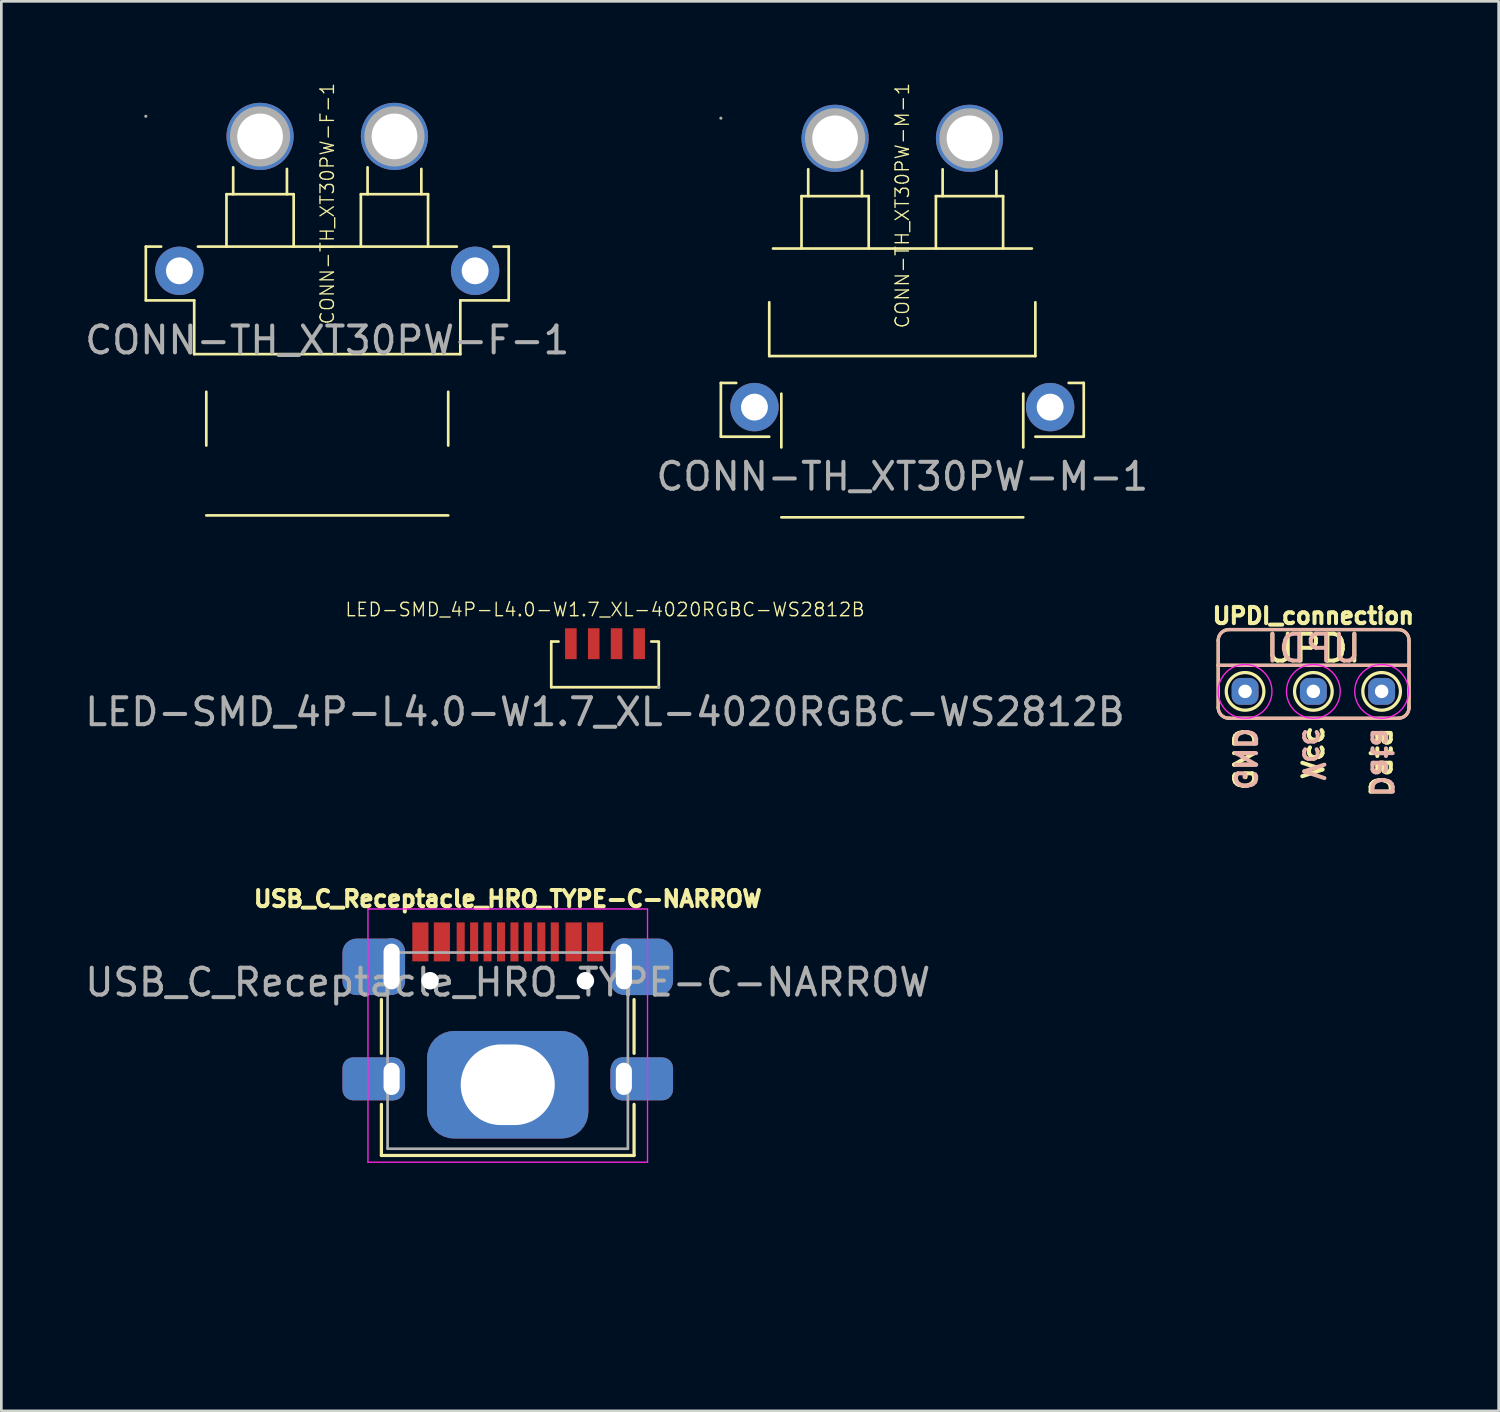
<source format=kicad_pcb>
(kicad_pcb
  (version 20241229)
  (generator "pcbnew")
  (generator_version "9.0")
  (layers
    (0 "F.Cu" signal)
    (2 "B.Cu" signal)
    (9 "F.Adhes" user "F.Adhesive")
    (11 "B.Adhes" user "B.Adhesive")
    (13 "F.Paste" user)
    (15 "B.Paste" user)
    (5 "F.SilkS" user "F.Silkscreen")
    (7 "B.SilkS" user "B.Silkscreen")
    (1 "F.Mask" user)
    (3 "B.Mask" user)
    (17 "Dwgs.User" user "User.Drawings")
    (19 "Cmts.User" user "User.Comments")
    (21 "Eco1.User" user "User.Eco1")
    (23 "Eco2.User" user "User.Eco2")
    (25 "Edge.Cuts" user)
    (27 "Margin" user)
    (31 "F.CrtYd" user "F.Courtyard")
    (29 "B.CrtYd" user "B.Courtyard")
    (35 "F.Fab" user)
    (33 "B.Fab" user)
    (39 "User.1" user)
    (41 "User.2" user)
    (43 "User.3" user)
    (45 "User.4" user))
  (footprint "CONN-TH_XT30PW-M-1"
    (layer "F.Cu")
    (at 30.518 4.596)
    (property "Reference" "CONN-TH_XT30PW-M-1" (at 0 0 90) (layer "F.SilkS") (effects (font (size 0.5 0.5) (thickness 0.05))))
    (attr through_hole)
    (fp_line (start -6.75 6.6) (end -6.75 8.6) (stroke (width 0.1) (type solid)) (layer "F.SilkS"))
    (fp_line (start -6.75 8.6) (end -4.95 8.6) (stroke (width 0.1) (type solid)) (layer "F.SilkS"))
    (fp_line (start -6.18 6.6) (end -6.75 6.6) (stroke (width 0.1) (type solid)) (layer "F.SilkS"))
    (fp_line (start -4.95 5.6) (end -4.95 3.6) (stroke (width 0.1) (type solid)) (layer "F.SilkS"))
    (fp_line (start -4.81 1.6) (end 4.82 1.6) (stroke (width 0.1) (type solid)) (layer "F.SilkS"))
    (fp_line (start -4.5 9) (end -4.5 7) (stroke (width 0.1) (type solid)) (layer "F.SilkS"))
    (fp_line (start -4.5 11.6) (end 4.5 11.6) (stroke (width 0.1) (type solid)) (layer "F.SilkS"))
    (fp_line (start -3.75 -0.35) (end -1.25 -0.35) (stroke (width 0.1) (type solid)) (layer "F.SilkS"))
    (fp_line (start -3.75 1.6) (end -3.75 -0.35) (stroke (width 0.1) (type solid)) (layer "F.SilkS"))
    (fp_line (start -3.5 -0.35) (end -3.5 -1.35) (stroke (width 0.1) (type solid)) (layer "F.SilkS"))
    (fp_line (start -1.5 -0.35) (end -1.5 -1.29) (stroke (width 0.1) (type solid)) (layer "F.SilkS"))
    (fp_line (start -1.25 1.6) (end -1.25 -0.35) (stroke (width 0.1) (type solid)) (layer "F.SilkS"))
    (fp_line (start 1.25 -0.35) (end 3.75 -0.35) (stroke (width 0.1) (type solid)) (layer "F.SilkS"))
    (fp_line (start 1.25 1.6) (end 1.25 -0.35) (stroke (width 0.1) (type solid)) (layer "F.SilkS"))
    (fp_line (start 1.5 -0.35) (end 1.5 -1.35) (stroke (width 0.1) (type solid)) (layer "F.SilkS"))
    (fp_line (start 3.5 -0.35) (end 3.5 -1.29) (stroke (width 0.1) (type solid)) (layer "F.SilkS"))
    (fp_line (start 3.75 1.6) (end 3.75 -0.35) (stroke (width 0.1) (type solid)) (layer "F.SilkS"))
    (fp_line (start 4.5 9) (end 4.5 7) (stroke (width 0.1) (type solid)) (layer "F.SilkS"))
    (fp_line (start 4.95 5.6) (end -4.95 5.6) (stroke (width 0.1) (type solid)) (layer "F.SilkS"))
    (fp_line (start 4.95 5.6) (end 4.95 3.6) (stroke (width 0.1) (type solid)) (layer "F.SilkS"))
    (fp_line (start 6.19 6.6) (end 6.75 6.6) (stroke (width 0.1) (type solid)) (layer "F.SilkS"))
    (fp_line (start 6.75 6.6) (end 6.75 8.6) (stroke (width 0.1) (type solid)) (layer "F.SilkS"))
    (fp_line (start 6.75 8.6) (end 4.95 8.6) (stroke (width 0.1) (type solid)) (layer "F.SilkS"))
    (fp_circle (center -6.75 -3.25) (end -6.72 -3.25) (stroke (width 0.06) (type solid)) (fill no) (layer "F.Fab"))
    (fp_circle (center -5.5 7.5) (end -5.3 7.5) (stroke (width 0.4) (type solid)) (fill no) (layer "F.Fab"))
    (fp_circle (center -2.5 -2.5) (end -2.13 -2.5) (stroke (width 0.75) (type solid)) (fill no) (layer "F.Fab"))
    (fp_circle (center 2.5 -2.5) (end 2.87 -2.5) (stroke (width 0.75) (type solid)) (fill no) (layer "F.Fab"))
    (fp_circle (center 5.5 7.5) (end 5.7 7.5) (stroke (width 0.4) (type solid)) (fill no) (layer "F.Fab"))
    (fp_text user "${REFERENCE}" (at 0 10.08 0) (layer "F.Fab") (effects (font (size 1 1) (thickness 0.15))))
    (pad "1" thru_hole circle (at 2.5 -2.5) (size 2.5 2.5) (drill 1.7) (layers "*.Cu" "*.Mask"))
    (pad "2" thru_hole circle (at -2.5 -2.5) (size 2.5 2.5) (drill 1.7) (layers "*.Cu" "*.Mask"))
    (pad "3" thru_hole circle (at 5.5 7.5) (size 1.8 1.8) (drill 1) (layers "*.Cu" "*.Mask"))
    (pad "4" thru_hole circle (at -5.5 7.5) (size 1.8 1.8) (drill 1) (layers "*.Cu" "*.Mask")))
  (footprint "CONN-TH_XT30PW-F-1"
    (layer "F.Cu")
    (at 9.125 4.525)
    (property "Reference" "CONN-TH_XT30PW-F-1" (at 0 0 90) (layer "F.SilkS") (effects (font (size 0.5 0.5) (thickness 0.05))))
    (attr through_hole)
    (fp_line (start -6.75 1.6) (end -6.75 3.6) (stroke (width 0.1) (type solid)) (layer "F.SilkS"))
    (fp_line (start -6.75 3.6) (end -4.95 3.6) (stroke (width 0.1) (type solid)) (layer "F.SilkS"))
    (fp_line (start -6.18 1.6) (end -6.75 1.6) (stroke (width 0.1) (type solid)) (layer "F.SilkS"))
    (fp_line (start -4.95 5.6) (end -4.95 3.6) (stroke (width 0.1) (type solid)) (layer "F.SilkS"))
    (fp_line (start -4.81 1.6) (end 4.82 1.6) (stroke (width 0.1) (type solid)) (layer "F.SilkS"))
    (fp_line (start -4.5 9) (end -4.5 7) (stroke (width 0.1) (type solid)) (layer "F.SilkS"))
    (fp_line (start -4.5 11.6) (end 4.5 11.6) (stroke (width 0.1) (type solid)) (layer "F.SilkS"))
    (fp_line (start -3.75 -0.35) (end -1.25 -0.35) (stroke (width 0.1) (type solid)) (layer "F.SilkS"))
    (fp_line (start -3.75 1.6) (end -3.75 -0.35) (stroke (width 0.1) (type solid)) (layer "F.SilkS"))
    (fp_line (start -3.5 -0.35) (end -3.5 -1.35) (stroke (width 0.1) (type solid)) (layer "F.SilkS"))
    (fp_line (start -1.5 -0.35) (end -1.5 -1.29) (stroke (width 0.1) (type solid)) (layer "F.SilkS"))
    (fp_line (start -1.25 1.6) (end -1.25 -0.35) (stroke (width 0.1) (type solid)) (layer "F.SilkS"))
    (fp_line (start 1.25 -0.35) (end 3.75 -0.35) (stroke (width 0.1) (type solid)) (layer "F.SilkS"))
    (fp_line (start 1.25 1.6) (end 1.25 -0.35) (stroke (width 0.1) (type solid)) (layer "F.SilkS"))
    (fp_line (start 1.5 -0.35) (end 1.5 -1.35) (stroke (width 0.1) (type solid)) (layer "F.SilkS"))
    (fp_line (start 3.5 -0.35) (end 3.5 -1.29) (stroke (width 0.1) (type solid)) (layer "F.SilkS"))
    (fp_line (start 3.75 1.6) (end 3.75 -0.35) (stroke (width 0.1) (type solid)) (layer "F.SilkS"))
    (fp_line (start 4.5 9) (end 4.5 7) (stroke (width 0.1) (type solid)) (layer "F.SilkS"))
    (fp_line (start 4.95 5.6) (end -4.95 5.6) (stroke (width 0.1) (type solid)) (layer "F.SilkS"))
    (fp_line (start 4.95 5.6) (end 4.95 3.6) (stroke (width 0.1) (type solid)) (layer "F.SilkS"))
    (fp_line (start 6.19 1.6) (end 6.75 1.6) (stroke (width 0.1) (type solid)) (layer "F.SilkS"))
    (fp_line (start 6.75 1.6) (end 6.75 3.6) (stroke (width 0.1) (type solid)) (layer "F.SilkS"))
    (fp_line (start 6.75 3.6) (end 4.95 3.6) (stroke (width 0.1) (type solid)) (layer "F.SilkS"))
    (fp_circle (center -6.75 -3.25) (end -6.72 -3.25) (stroke (width 0.06) (type solid)) (fill no) (layer "F.Fab"))
    (fp_circle (center -5.5 2.5) (end -5.3 2.5) (stroke (width 0.4) (type solid)) (fill no) (layer "F.Fab"))
    (fp_circle (center -2.5 -2.5) (end -2.13 -2.5) (stroke (width 0.75) (type solid)) (fill no) (layer "F.Fab"))
    (fp_circle (center 2.5 -2.5) (end 2.87 -2.5) (stroke (width 0.75) (type solid)) (fill no) (layer "F.Fab"))
    (fp_circle (center 5.5 2.5) (end 5.7 2.5) (stroke (width 0.4) (type solid)) (fill no) (layer "F.Fab"))
    (fp_text user "${REFERENCE}" (at 0 5.08 0) (layer "F.Fab") (effects (font (size 1 1) (thickness 0.15))))
    (pad "1" thru_hole circle (at -2.5 -2.5) (size 2.5 2.5) (drill 1.7) (layers "*.Cu" "*.Mask"))
    (pad "2" thru_hole circle (at 2.5 -2.5) (size 2.5 2.5) (drill 1.7) (layers "*.Cu" "*.Mask"))
    (pad "3" thru_hole circle (at 5.5 2.5) (size 1.8 1.8) (drill 1) (layers "*.Cu" "*.Mask"))
    (pad "4" thru_hole circle (at -5.5 2.5) (size 1.8 1.8) (drill 1) (layers "*.Cu" "*.Mask")))
  (footprint "UPDI_connection"
    (layer "F.Cu")
    (at 45.81 22.671)
    (property "Reference" "UPDI_connection" (at 0 -2.81 0) (unlocked yes) (layer "F.SilkS") (effects (font (size 0.6 0.6) (thickness 0.15))))
    (attr smd)
    (fp_line (start -3.54 -1.9) (end -3.54 -0.97) (stroke (width 0.12) (type solid)) (layer "F.SilkS"))
    (fp_line (start -3.54 -0.97) (end -3.54 0.6) (stroke (width 0.12) (type solid)) (layer "F.SilkS"))
    (fp_line (start -3.14 1) (end 3.16 1) (stroke (width 0.12) (type solid)) (layer "F.SilkS"))
    (fp_line (start 3.16 -2.3) (end -3.14 -2.3) (stroke (width 0.12) (type solid)) (layer "F.SilkS"))
    (fp_line (start 3.56 -0.97) (end -3.54 -0.97) (stroke (width 0.12) (type solid)) (layer "F.SilkS"))
    (fp_line (start 3.56 -0.97) (end 3.56 -1.9) (stroke (width 0.12) (type solid)) (layer "F.SilkS"))
    (fp_line (start 3.56 0.6) (end 3.56 -0.97) (stroke (width 0.12) (type solid)) (layer "F.SilkS"))
    (fp_arc (start -3.54 -1.9) (mid -3.422843 -2.182843) (end -3.14 -2.3) (stroke (width 0.12) (type solid)) (layer "F.SilkS"))
    (fp_arc (start -3.14 1) (mid -3.422843 0.882843) (end -3.54 0.6) (stroke (width 0.12) (type solid)) (layer "F.SilkS"))
    (fp_arc (start 3.16 -2.3) (mid 3.44283 -2.18283) (end 3.56 -1.9) (stroke (width 0.12) (type solid)) (layer "F.SilkS"))
    (fp_arc (start 3.56 0.6) (mid 3.442844 0.882846) (end 3.16 1) (stroke (width 0.12) (type solid)) (layer "F.SilkS"))
    (fp_circle (center -2.54 0) (end -1.84 0) (stroke (width 0.12) (type solid)) (fill no) (layer "F.SilkS"))
    (fp_circle (center 0 0) (end 0.7 0) (stroke (width 0.12) (type solid)) (fill no) (layer "F.SilkS"))
    (fp_circle (center 2.54 0) (end 3.24 0) (stroke (width 0.12) (type solid)) (fill no) (layer "F.SilkS"))
    (fp_line (start -3.54 -1.9) (end -3.54 -0.97) (stroke (width 0.12) (type solid)) (layer "B.SilkS"))
    (fp_line (start -3.54 -0.97) (end -3.54 0.6) (stroke (width 0.12) (type solid)) (layer "B.SilkS"))
    (fp_line (start -3.14 1) (end 3.16 1) (stroke (width 0.12) (type solid)) (layer "B.SilkS"))
    (fp_line (start 3.16 -2.3) (end -3.14 -2.3) (stroke (width 0.12) (type solid)) (layer "B.SilkS"))
    (fp_line (start 3.56 -0.97) (end -3.54 -0.97) (stroke (width 0.12) (type solid)) (layer "B.SilkS"))
    (fp_line (start 3.56 -0.97) (end 3.56 -1.9) (stroke (width 0.12) (type solid)) (layer "B.SilkS"))
    (fp_line (start 3.56 0.6) (end 3.56 -0.97) (stroke (width 0.12) (type solid)) (layer "B.SilkS"))
    (fp_arc (start -3.54 -1.9) (mid -3.422843 -2.182843) (end -3.14 -2.3) (stroke (width 0.12) (type solid)) (layer "B.SilkS"))
    (fp_arc (start -3.14 1) (mid -3.422843 0.882843) (end -3.54 0.6) (stroke (width 0.12) (type solid)) (layer "B.SilkS"))
    (fp_arc (start 3.16 -2.3) (mid 3.442843 -2.182843) (end 3.56 -1.9) (stroke (width 0.12) (type solid)) (layer "B.SilkS"))
    (fp_arc (start 3.56 0.6) (mid 3.442843 0.882843) (end 3.16 1) (stroke (width 0.12) (type solid)) (layer "B.SilkS"))
    (fp_circle (center -2.54 0) (end -2.54 -1) (stroke (width 0.05) (type solid)) (fill no) (layer "F.CrtYd"))
    (fp_circle (center 0 0) (end 0 -1) (stroke (width 0.05) (type solid)) (fill no) (layer "F.CrtYd"))
    (fp_circle (center 2.54 0) (end 2.54 -1) (stroke (width 0.05) (type solid)) (fill no) (layer "F.CrtYd"))
    (fp_text user "UPDI" (at 0 -1.6 0) (unlocked yes) (layer "F.SilkS") (effects (font (size 1 1) (thickness 0.15))))
    (fp_text user "GND" (at -2.54 1.27 90) (unlocked yes) (layer "F.SilkS") (effects (font (size 0.75 0.75) (thickness 0.15)) (justify right)))
    (fp_text user "Vcc" (at 0 1.2 90) (unlocked yes) (layer "F.SilkS") (effects (font (size 0.75 0.75) (thickness 0.15)) (justify right)))
    (fp_text user "Data" (at 2.54 1.27 90) (unlocked yes) (layer "F.SilkS") (effects (font (size 0.75 0.75) (thickness 0.15)) (justify right)))
    (fp_text user "GND" (at -2.54 1.27 270) (unlocked yes) (layer "B.SilkS") (effects (font (size 0.75 0.75) (thickness 0.15)) (justify right mirror)))
    (fp_text user "UPDI" (at 0 -1.6 0) (unlocked yes) (layer "B.SilkS") (effects (font (size 1 1) (thickness 0.15)) (justify mirror)))
    (fp_text user "Vcc" (at 0 1.27 270) (unlocked yes) (layer "B.SilkS") (effects (font (size 0.75 0.75) (thickness 0.15)) (justify right mirror)))
    (fp_text user "Data" (at 2.54 1.27 270) (unlocked yes) (layer "B.SilkS") (effects (font (size 0.75 0.75) (thickness 0.15)) (justify right mirror)))
    (pad "1" thru_hole roundrect (at -2.54 0 90) (size 1 1) (drill 0.5) (layers "*.Cu" "*.Mask") (roundrect_rratio 0.33))
    (pad "2" thru_hole roundrect (at 0 0 90) (size 1 1) (drill 0.5) (layers "*.Cu" "*.Mask") (roundrect_rratio 0.33))
    (pad "3" thru_hole roundrect (at 2.54 0 90) (size 1 1) (drill 0.5) (layers "*.Cu" "*.Mask") (roundrect_rratio 0.33)))
  (footprint "USB_C_Receptacle_HRO_TYPE-C-NARROW"
    (layer "F.Cu")
    (at 15.839 40.036)
    (property "Reference" "USB_C_Receptacle_HRO_TYPE-C-NARROW" (at 0 -9.645 0) (layer "F.SilkS") (effects (font (size 0.6 0.6) (thickness 0.15))))
    (attr smd)
    (fp_line (start -4.7 -5.9) (end -4.7 -3.9) (stroke (width 0.12) (type solid)) (layer "F.SilkS"))
    (fp_line (start -4.7 -2) (end -4.7 -0.1) (stroke (width 0.12) (type solid)) (layer "F.SilkS"))
    (fp_line (start -4.7 -0.1) (end 4.7 -0.1) (stroke (width 0.12) (type solid)) (layer "F.SilkS"))
    (fp_line (start 4.7 -5.9) (end 4.7 -3.9) (stroke (width 0.12) (type solid)) (layer "F.SilkS"))
    (fp_line (start 4.7 -2) (end 4.7 -0.1) (stroke (width 0.12) (type solid)) (layer "F.SilkS"))
    (fp_line (start -5.2 -9.27) (end -5.2 0.15) (stroke (width 0.05) (type solid)) (layer "F.CrtYd"))
    (fp_line (start -5.2 -9.27) (end 5.2 -9.27) (stroke (width 0.05) (type solid)) (layer "F.CrtYd"))
    (fp_line (start -5.2 0.15) (end 5.2 0.15) (stroke (width 0.05) (type solid)) (layer "F.CrtYd"))
    (fp_line (start 5.2 -9.27) (end 5.2 0.15) (stroke (width 0.05) (type solid)) (layer "F.CrtYd"))
    (fp_line (start -4.47 -7.65) (end -4.47 -0.35) (stroke (width 0.1) (type solid)) (layer "F.Fab"))
    (fp_line (start -4.47 -7.65) (end 4.47 -7.65) (stroke (width 0.1) (type solid)) (layer "F.Fab"))
    (fp_line (start -4.47 -0.35) (end 4.47 -0.35) (stroke (width 0.1) (type solid)) (layer "F.Fab"))
    (fp_line (start 4.47 -7.65) (end 4.47 -0.35) (stroke (width 0.1) (type solid)) (layer "F.Fab"))
    (fp_line (start -7.5 0) (end -2.5 5) (stroke (width 0.12) (type solid)) (layer "User.1"))
    (fp_line (start 0 -9.686) (end 0 4.284) (stroke (width 0.12) (type solid)) (layer "User.1"))
    (fp_line (start 8 0) (end -7.5 0) (stroke (width 0.12) (type solid)) (layer "User.1"))
    (fp_text user "${REFERENCE}" (at 0 -6.54 0) (layer "F.Fab") (effects (font (size 1 1) (thickness 0.15))))
    (fp_text user "V 4.0" (at 0 5.554 180) (unlocked yes) (layer "User.1") (effects (font (size 1 1) (thickness 0.15))))
    (fp_text user "Board Edge" (at -4 2.5 315) (unlocked yes) (layer "User.1") (effects (font (size 0.6 0.6) (thickness 0.1))))
    (fp_text user "CL" (at 0 3.014 270) (unlocked yes) (layer "User.1") (effects (font (size 0.6 0.6) (thickness 0.1))))
    (pad "A1" smd rect (at -3.25 -8.045) (size 0.6 1.45) (layers "F.Cu" "F.Mask" "F.Paste"))
    (pad "A4" thru_hole circle (at -2.89 -6.6) (size 0.75 0.75) (drill 0.65) (layers "*.Cu" "*.Mask") (remove_unused_layers yes) (zone_layer_connections))
    (pad "A4" smd rect (at -2.45 -8.045) (size 0.6 1.45) (layers "F.Cu" "F.Mask" "F.Paste"))
    (pad "A5" smd rect (at -1.25 -8.045) (size 0.3 1.45) (layers "F.Cu" "F.Mask" "F.Paste"))
    (pad "A6" smd rect (at -0.25 -8.045) (size 0.3 1.45) (layers "F.Cu" "F.Mask" "F.Paste"))
    (pad "A7" smd rect (at 0.25 -8.045) (size 0.3 1.45) (layers "F.Cu" "F.Mask" "F.Paste"))
    (pad "A8" smd rect (at 1.25 -8.045) (size 0.3 1.45) (layers "F.Cu" "F.Mask" "F.Paste"))
    (pad "A9" smd rect (at 2.45 -8.045) (size 0.6 1.45) (layers "F.Cu" "F.Mask" "F.Paste"))
    (pad "A9" thru_hole circle (at 2.89 -6.6) (size 0.75 0.75) (drill 0.65) (layers "*.Cu" "*.Mask") (remove_unused_layers yes) (zone_layer_connections))
    (pad "A12" smd rect (at 3.25 -8.045) (size 0.6 1.45) (layers "F.Cu" "F.Mask" "F.Paste"))
    (pad "B5" smd rect (at 1.75 -8.045) (size 0.3 1.45) (layers "F.Cu" "F.Mask" "F.Paste"))
    (pad "B6" smd rect (at 0.75 -8.045) (size 0.3 1.45) (layers "F.Cu" "F.Mask" "F.Paste"))
    (pad "B7" smd rect (at -0.75 -8.045) (size 0.3 1.45) (layers "F.Cu" "F.Mask" "F.Paste"))
    (pad "B8" smd rect (at -1.75 -8.045) (size 0.3 1.45) (layers "F.Cu" "F.Mask" "F.Paste"))
    (pad "S1" smd roundrect (at -5 -7.118) (size 2.3 2.1) (layers "F.Cu" "F.Mask" "F.Paste") (roundrect_rratio 0.25))
    (pad "S1" smd roundrect (at -5 -7.118) (size 2.3 2.1) (layers "B.Cu" "B.Mask" "B.Paste") (roundrect_rratio 0.25))
    (pad "S1" smd roundrect (at -5 -2.95) (size 2.3 1.6) (layers "F.Cu" "F.Mask" "F.Paste") (roundrect_rratio 0.25))
    (pad "S1" smd roundrect (at -5 -2.95) (size 2.3 1.6) (layers "B.Cu" "B.Mask" "B.Paste") (roundrect_rratio 0.25))
    (pad "S1" thru_hole oval (at -4.32 -7.13) (size 1 2.1) (drill oval 0.6 1.7) (layers "*.Cu" "*.Mask"))
    (pad "S1" thru_hole oval (at -4.32 -2.95) (size 1 1.6) (drill oval 0.6 1.2) (layers "*.Cu" "*.Mask"))
    (pad "S1" thru_hole roundrect (at 0 -2.73 180) (size 6 4) (drill oval 3.5 3) (layers "*.Cu" "*.Mask") (roundrect_rratio 0.25))
    (pad "S1" thru_hole oval (at 4.32 -7.13) (size 1 2.1) (drill oval 0.6 1.7) (layers "*.Cu" "*.Mask"))
    (pad "S1" thru_hole oval (at 4.32 -2.95) (size 1 1.6) (drill oval 0.6 1.2) (layers "*.Cu" "*.Mask"))
    (pad "S1" smd roundrect (at 5 -7.118) (size 2.3 2.1) (layers "F.Cu" "F.Mask" "F.Paste") (roundrect_rratio 0.25))
    (pad "S1" smd roundrect (at 5 -7.118) (size 2.3 2.1) (layers "B.Cu" "B.Mask" "B.Paste") (roundrect_rratio 0.25))
    (pad "S1" smd roundrect (at 5 -2.95) (size 2.3 1.6) (layers "F.Cu" "F.Mask" "F.Paste") (roundrect_rratio 0.25))
    (pad "S1" smd roundrect (at 5 -2.95) (size 2.3 1.6) (layers "B.Cu" "B.Mask" "B.Paste") (roundrect_rratio 0.25)))
  (footprint "LED-SMD_4P-L4.0-W1.7_XL-4020RGBC-WS2812B"
    (layer "F.Cu")
    (at 19.458 20.897)
    (property "Reference" "LED-SMD_4P-L4.0-W1.7_XL-4020RGBC-WS2812B" (at 0 -1.27 0) (layer "F.SilkS") (effects (font (size 0.5 0.5) (thickness 0.05))))
    (attr smd)
    (fp_line (start -2 -0.08) (end -2 1.62) (stroke (width 0.1) (type solid)) (layer "F.SilkS"))
    (fp_line (start -2 1.62) (end 2 1.62) (stroke (width 0.1) (type solid)) (layer "F.SilkS"))
    (fp_line (start -1.73 -0.08) (end -2 -0.08) (stroke (width 0.1) (type solid)) (layer "F.SilkS"))
    (fp_line (start 2 -0.08) (end 1.72 -0.08) (stroke (width 0.1) (type solid)) (layer "F.SilkS"))
    (fp_line (start 2 1.62) (end 2 -0.05) (stroke (width 0.1) (type solid)) (layer "F.SilkS"))
    (fp_circle (center 2 1.62) (end 2.03 1.62) (stroke (width 0.06) (type solid)) (fill no) (layer "F.Fab"))
    (fp_text user "${REFERENCE}" (at 0 2.54 0) (layer "F.Fab") (effects (font (size 1 1) (thickness 0.15))))
    (pad "1" smd rect (at 1.27 0) (size 0.43 1.15) (layers "F.Cu" "F.Mask" "F.Paste"))
    (pad "2" smd rect (at 0.43 0) (size 0.43 1.15) (layers "F.Cu" "F.Mask" "F.Paste"))
    (pad "3" smd rect (at -0.42 0) (size 0.43 1.15) (layers "F.Cu" "F.Mask" "F.Paste"))
    (pad "4" smd rect (at -1.27 0) (size 0.43 1.15) (layers "F.Cu" "F.Mask" "F.Paste")))
  (gr_rect
    (start -3 -3)
    (end 52.704 49.438)
    (stroke (width 0.1) (type default))
    (fill no)
    (layer "Edge.Cuts")))
</source>
